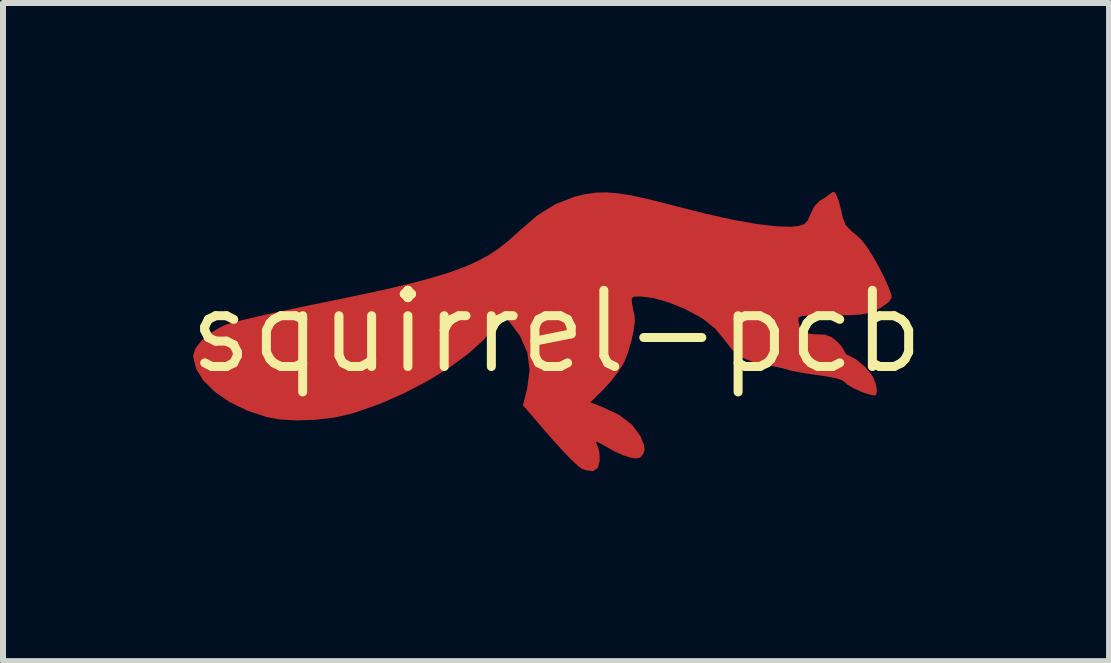
<source format=kicad_pcb>
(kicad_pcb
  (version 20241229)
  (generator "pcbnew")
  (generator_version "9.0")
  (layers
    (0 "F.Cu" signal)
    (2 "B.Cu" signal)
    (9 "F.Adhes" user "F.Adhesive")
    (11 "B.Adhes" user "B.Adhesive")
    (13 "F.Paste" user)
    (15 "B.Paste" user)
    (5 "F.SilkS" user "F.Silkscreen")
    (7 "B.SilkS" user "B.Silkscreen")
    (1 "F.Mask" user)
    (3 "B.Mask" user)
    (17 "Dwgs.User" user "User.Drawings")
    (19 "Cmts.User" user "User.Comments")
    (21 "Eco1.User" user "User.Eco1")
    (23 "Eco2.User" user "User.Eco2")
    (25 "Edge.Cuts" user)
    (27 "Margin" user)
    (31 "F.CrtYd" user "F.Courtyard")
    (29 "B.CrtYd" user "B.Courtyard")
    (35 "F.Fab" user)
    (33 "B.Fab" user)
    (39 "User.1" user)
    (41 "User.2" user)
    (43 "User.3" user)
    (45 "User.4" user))
  (footprint "squirrel-pcb"
    (layer "F.Cu")
    (at 6.428 1.379)
    (property "Reference" "squirrel-pcb" (at -0.2 1.1 0) (layer "F.SilkS") (effects (font (size 1.27 1.27) (thickness 0.15))))
    (attr through_hole)
    (fp_poly (pts (xy 4.486 -1.36) (xy 4.578 -1.28) (xy 4.656 -1.148) (xy 4.703 -0.995) (xy 4.711 -0.917) (xy 4.749 -0.813) (xy 4.865 -0.689) (xy 4.892 -0.666) (xy 5.009 -0.549) (xy 5.132 -0.381) (xy 5.269 -0.149) (xy 5.316 -0.064) (xy 5.436 0.172) (xy 5.512 0.351) (xy 5.548 0.487) (xy 5.546 0.593) (xy 5.509 0.683) (xy 5.496 0.704) (xy 5.393 0.794) (xy 5.228 0.877) (xy 5.02 0.945) (xy 4.792 0.989) (xy 4.752 0.994) (xy 4.475 1.023) (xy 4.675 1.22) (xy 4.802 1.342) (xy 4.928 1.454) (xy 5.005 1.517) (xy 5.131 1.641) (xy 5.223 1.789) (xy 5.279 1.945) (xy 5.298 2.093) (xy 5.278 2.217) (xy 5.215 2.3) (xy 5.119 2.328) (xy 4.989 2.309) (xy 4.826 2.262) (xy 4.666 2.198) (xy 4.544 2.131) (xy 4.519 2.111) (xy 4.418 2.058) (xy 4.25 2.013) (xy 4.116 1.99) (xy 3.73 1.925) (xy 3.31 1.834) (xy 2.994 1.753) (xy 2.766 1.649) (xy 2.568 1.482) (xy 2.44 1.301) (xy 2.354 1.195) (xy 2.207 1.076) (xy 2.02 0.956) (xy 1.813 0.849) (xy 1.607 0.767) (xy 1.587 0.761) (xy 1.444 0.718) (xy 1.333 0.688) (xy 1.28 0.677) (xy 1.262 0.713) (xy 1.265 0.802) (xy 1.268 0.818) (xy 1.27 1.048) (xy 1.215 1.313) (xy 1.109 1.594) (xy 0.96 1.869) (xy 0.847 2.031) (xy 0.701 2.221) (xy 0.938 2.352) (xy 1.121 2.48) (xy 1.263 2.632) (xy 1.363 2.795) (xy 1.418 2.958) (xy 1.429 3.109) (xy 1.393 3.236) (xy 1.31 3.328) (xy 1.177 3.373) (xy 1.049 3.37) (xy 0.916 3.347) (xy 0.804 3.323) (xy 0.79 3.32) (xy 0.718 3.318) (xy 0.679 3.379) (xy 0.672 3.405) (xy 0.605 3.517) (xy 0.484 3.579) (xy 0.326 3.585) (xy 0.156 3.537) (xy 0.082 3.486) (xy -0.033 3.383) (xy -0.175 3.241) (xy -0.331 3.074) (xy -0.397 2.999) (xy -0.594 2.774) (xy -0.741 2.601) (xy -0.842 2.473) (xy -0.905 2.38) (xy -0.937 2.312) (xy -0.942 2.26) (xy -0.927 2.215) (xy -0.924 2.209) (xy -0.842 1.971) (xy -0.825 1.708) (xy -0.873 1.446) (xy -0.967 1.24) (xy -1.053 1.101) (xy -1.324 1.372) (xy -1.691 1.694) (xy -2.112 1.986) (xy -2.572 2.241) (xy -3.053 2.452) (xy -3.541 2.612) (xy -4.017 2.714) (xy -4.467 2.75) (xy -4.47 2.75) (xy -4.814 2.727) (xy -5.144 2.661) (xy -5.451 2.558) (xy -5.729 2.424) (xy -5.971 2.265) (xy -6.168 2.086) (xy -6.314 1.895) (xy -6.402 1.696) (xy -6.423 1.496) (xy -6.371 1.302) (xy -6.327 1.224) (xy -6.258 1.131) (xy -6.179 1.049) (xy -6.083 0.976) (xy -5.961 0.909) (xy -5.807 0.845) (xy -5.61 0.781) (xy -5.365 0.715) (xy -5.062 0.643) (xy -4.694 0.563) (xy -4.253 0.471) (xy -4.12 0.444) (xy -3.57 0.331) (xy -3.097 0.228) (xy -2.691 0.133) (xy -2.345 0.042) (xy -2.052 -0.047) (xy -1.803 -0.136) (xy -1.59 -0.23) (xy -1.406 -0.33) (xy -1.243 -0.439) (xy -1.092 -0.56) (xy -0.958 -0.685) (xy -0.682 -0.937) (xy -0.425 -1.122) (xy -0.17 -1.25) (xy 0.105 -1.328) (xy 0.418 -1.366) (xy 0.604 -1.372) (xy 0.786 -1.372) (xy 0.938 -1.364) (xy 1.085 -1.346) (xy 1.247 -1.314) (xy 1.446 -1.264) (xy 1.691 -1.196) (xy 2.15 -1.072) (xy 2.54 -0.978) (xy 2.873 -0.911) (xy 3.158 -0.869) (xy 3.406 -0.85) (xy 3.498 -0.849) (xy 3.843 -0.85) (xy 3.928 -1.027) (xy 4.026 -1.171) (xy 4.157 -1.286) (xy 4.3 -1.358) (xy 4.434 -1.374) (xy 4.486 -1.36)) (stroke (width 0.01) (type solid)) (fill yes) (layer "F.Mask"))
    (pad "1" smd custom (at 0.2 0) (size 1.524 1.524) (layers "F.Cu" "F.Mask" "F.Paste") (options (anchor circle)) (primitives (gr_poly (pts (xy 4.252 -1.19) (xy 4.293 -1.087) (xy 4.334 -0.938) (xy 4.362 -0.805) (xy 4.409 -0.68) (xy 4.514 -0.568) (xy 4.564 -0.53) (xy 4.668 -0.437) (xy 4.772 -0.305) (xy 4.888 -0.118) (xy 4.965 0.02) (xy 5.055 0.198) (xy 5.125 0.355) (xy 5.169 0.473) (xy 5.179 0.528) (xy 5.129 0.605) (xy 5.008 0.69) (xy 4.955 0.718) (xy 4.861 0.761) (xy 4.771 0.79) (xy 4.667 0.808) (xy 4.528 0.818) (xy 4.336 0.821) (xy 4.183 0.821) (xy 3.956 0.821) (xy 3.8 0.824) (xy 3.702 0.832) (xy 3.649 0.847) (xy 3.626 0.87) (xy 3.622 0.905) (xy 3.622 0.91) (xy 3.653 1.046) (xy 3.746 1.126) (xy 3.902 1.149) (xy 3.928 1.148) (xy 4.071 1.153) (xy 4.181 1.197) (xy 4.25 1.249) (xy 4.334 1.333) (xy 4.381 1.404) (xy 4.384 1.418) (xy 4.419 1.476) (xy 4.469 1.502) (xy 4.593 1.569) (xy 4.727 1.681) (xy 4.838 1.81) (xy 4.872 1.865) (xy 4.916 1.979) (xy 4.933 2.082) (xy 4.92 2.147) (xy 4.899 2.158) (xy 4.804 2.14) (xy 4.676 2.095) (xy 4.547 2.036) (xy 4.447 1.977) (xy 4.414 1.947) (xy 4.36 1.905) (xy 4.254 1.869) (xy 4.084 1.837) (xy 3.96 1.82) (xy 3.774 1.793) (xy 3.611 1.765) (xy 3.495 1.741) (xy 3.463 1.731) (xy 3.369 1.704) (xy 3.227 1.674) (xy 3.114 1.654) (xy 2.867 1.599) (xy 2.68 1.519) (xy 2.531 1.4) (xy 2.402 1.236) (xy 2.249 1.048) (xy 2.056 0.893) (xy 1.971 0.839) (xy 1.725 0.71) (xy 1.464 0.605) (xy 1.215 0.535) (xy 1.005 0.507) (xy 0.994 0.507) (xy 0.888 0.511) (xy 0.847 0.537) (xy 0.847 0.606) (xy 0.854 0.645) (xy 0.875 0.756) (xy 0.893 0.833) (xy 0.893 0.834) (xy 0.898 0.933) (xy 0.877 1.084) (xy 0.838 1.262) (xy 0.786 1.44) (xy 0.727 1.592) (xy 0.709 1.628) (xy 0.617 1.771) (xy 0.491 1.933) (xy 0.374 2.06) (xy 0.153 2.279) (xy 0.344 2.352) (xy 0.635 2.489) (xy 0.848 2.649) (xy 0.986 2.835) (xy 0.994 2.85) (xy 1.048 2.978) (xy 1.061 3.063) (xy 1.038 3.134) (xy 0.99 3.194) (xy 0.916 3.207) (xy 0.843 3.197) (xy 0.722 3.159) (xy 0.573 3.093) (xy 0.485 3.045) (xy 0.349 2.967) (xy 0.274 2.93) (xy 0.249 2.935) (xy 0.263 2.978) (xy 0.278 3.007) (xy 0.306 3.107) (xy 0.312 3.236) (xy 0.312 3.25) (xy 0.281 3.368) (xy 0.208 3.418) (xy 0.087 3.403) (xy 0.023 3.38) (xy -0.04 3.334) (xy -0.146 3.235) (xy -0.281 3.096) (xy -0.434 2.929) (xy -0.52 2.831) (xy -0.957 2.324) (xy -0.887 2.047) (xy -0.846 1.736) (xy -0.885 1.446) (xy -1.005 1.171) (xy -1.167 0.952) (xy -1.298 0.803) (xy -1.428 0.999) (xy -1.614 1.225) (xy -1.87 1.458) (xy -2.184 1.689) (xy -2.544 1.911) (xy -2.936 2.116) (xy -3.347 2.297) (xy -3.766 2.444) (xy -3.825 2.462) (xy -4.104 2.525) (xy -4.416 2.562) (xy -4.732 2.573) (xy -5.022 2.556) (xy -5.223 2.52) (xy -5.555 2.41) (xy -5.849 2.267) (xy -6.094 2.098) (xy -6.283 1.912) (xy -6.405 1.716) (xy -6.453 1.516) (xy -6.454 1.499) (xy -6.416 1.38) (xy -6.315 1.25) (xy -6.166 1.125) (xy -5.986 1.02) (xy -5.898 0.982) (xy -5.798 0.952) (xy -5.628 0.909) (xy -5.398 0.854) (xy -5.121 0.792) (xy -4.81 0.725) (xy -4.476 0.655) (xy -4.289 0.617) (xy -3.735 0.503) (xy -3.257 0.4) (xy -2.846 0.303) (xy -2.495 0.21) (xy -2.195 0.119) (xy -1.939 0.026) (xy -1.718 -0.072) (xy -1.525 -0.177) (xy -1.351 -0.293) (xy -1.188 -0.423) (xy -1.029 -0.568) (xy -1.022 -0.575) (xy -0.72 -0.835) (xy -0.419 -1.022) (xy -0.103 -1.145) (xy 0.088 -1.19) (xy 0.254 -1.213) (xy 0.425 -1.218) (xy 0.617 -1.203) (xy 0.843 -1.167) (xy 1.118 -1.107) (xy 1.455 -1.022) (xy 1.546 -0.998) (xy 2.071 -0.865) (xy 2.534 -0.762) (xy 2.93 -0.691) (xy 3.257 -0.652) (xy 3.512 -0.645) (xy 3.637 -0.659) (xy 3.732 -0.69) (xy 3.792 -0.757) (xy 3.836 -0.86) (xy 3.9 -0.989) (xy 3.981 -1.076) (xy 3.996 -1.085) (xy 4.09 -1.141) (xy 4.142 -1.181) (xy 4.201 -1.223) (xy 4.22 -1.228) (xy 4.252 -1.19)) (width 0.01) (fill yes)))))
  (gr_rect
    (start -3 -3)
    (end 15.434 7.969)
    (stroke (width 0.1) (type default))
    (fill no)
    (layer "Edge.Cuts")))
</source>
